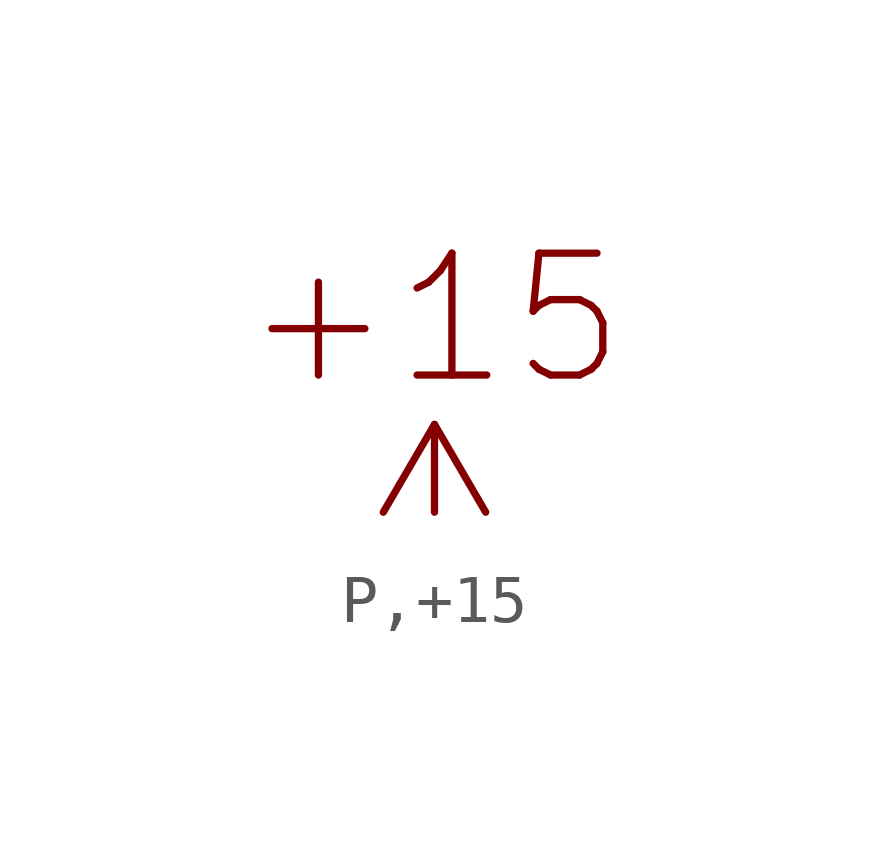
<source format=kicad_sym>
(kicad_symbol_lib
  (version 20211014)
  (generator kicad_symbol_editor)
  (symbol "P,+15"
    (power)
    (pin_numbers hide)
    (pin_names
      (offset 1.27) hide)
    (property "Reference" "#PWR"
      (at 2.54 0 0)
      (effects (font (size 2.54 2.54)) (justify left) hide))
    (symbol "P,+15_1_1"
      (polyline (pts (xy 0 0) (xy 0 1.829)) (stroke (width 0) (type default) (color 0 0 0 0)) (fill (type none)))
      (polyline (pts (xy -1.067 0) (xy 0 1.829) (xy 1.067 0)) (stroke (width 0) (type default) (color 0 0 0 0)) (fill (type none)))
      (text "+15" (at 0 2.54 0) (effects (font (size 2.54 2.54)) (justify bottom)))
      (pin power_in line (at 0 0 0) (length 0) hide (name "+15" (effects (font (size 2.54 2.54)))) (number "0" (effects (font (size 0 0))))))))
</source>
